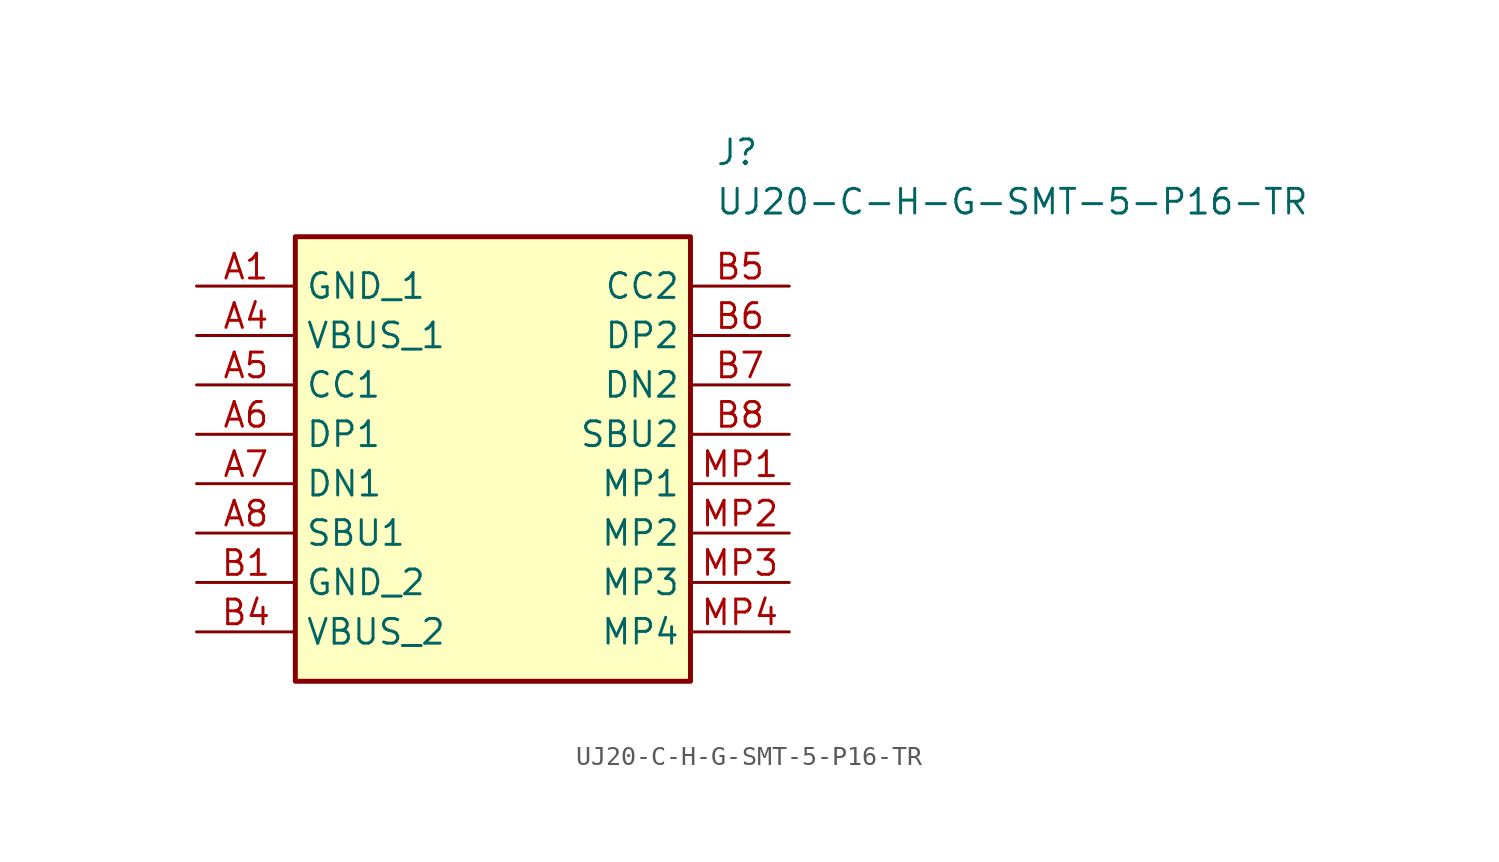
<source format=kicad_sym>
(kicad_symbol_lib
  (version 20211014)
  (generator SamacSys_ECAD_Model)
  (symbol "UJ20-C-H-G-SMT-5-P16-TR"
    (property "Reference" "J"
      (at 26.67 7.62 0)
      (effects (font (size 1.27 1.27)) (justify left top)))
    (property "Value" "UJ20-C-H-G-SMT-5-P16-TR"
      (at 26.67 5.08 0)
      (effects (font (size 1.27 1.27)) (justify left top)))
    (rectangle
      (start 5.08 2.54)
      (end 25.4 -20.32)
      (stroke (width 0.254) (type default))
      (fill (type background)))
    (pin passive line
      (at 0 0 0)
      (length 5.08)
      (name "GND_1" (effects (font (size 1.27 1.27))))
      (number "A1" (effects (font (size 1.27 1.27)))))
    (pin passive line
      (at 0 -2.54 0)
      (length 5.08)
      (name "VBUS_1" (effects (font (size 1.27 1.27))))
      (number "A4" (effects (font (size 1.27 1.27)))))
    (pin passive line
      (at 0 -5.08 0)
      (length 5.08)
      (name "CC1" (effects (font (size 1.27 1.27))))
      (number "A5" (effects (font (size 1.27 1.27)))))
    (pin passive line
      (at 0 -7.62 0)
      (length 5.08)
      (name "DP1" (effects (font (size 1.27 1.27))))
      (number "A6" (effects (font (size 1.27 1.27)))))
    (pin passive line
      (at 0 -10.16 0)
      (length 5.08)
      (name "DN1" (effects (font (size 1.27 1.27))))
      (number "A7" (effects (font (size 1.27 1.27)))))
    (pin passive line
      (at 0 -12.7 0)
      (length 5.08)
      (name "SBU1" (effects (font (size 1.27 1.27))))
      (number "A8" (effects (font (size 1.27 1.27)))))
    (pin passive line
      (at 0 -15.24 0)
      (length 5.08)
      (name "GND_2" (effects (font (size 1.27 1.27))))
      (number "B1" (effects (font (size 1.27 1.27)))))
    (pin passive line
      (at 0 -17.78 0)
      (length 5.08)
      (name "VBUS_2" (effects (font (size 1.27 1.27))))
      (number "B4" (effects (font (size 1.27 1.27)))))
    (pin passive line
      (at 30.48 0 180)
      (length 5.08)
      (name "CC2" (effects (font (size 1.27 1.27))))
      (number "B5" (effects (font (size 1.27 1.27)))))
    (pin passive line
      (at 30.48 -2.54 180)
      (length 5.08)
      (name "DP2" (effects (font (size 1.27 1.27))))
      (number "B6" (effects (font (size 1.27 1.27)))))
    (pin passive line
      (at 30.48 -5.08 180)
      (length 5.08)
      (name "DN2" (effects (font (size 1.27 1.27))))
      (number "B7" (effects (font (size 1.27 1.27)))))
    (pin passive line
      (at 30.48 -7.62 180)
      (length 5.08)
      (name "SBU2" (effects (font (size 1.27 1.27))))
      (number "B8" (effects (font (size 1.27 1.27)))))
    (pin passive line
      (at 30.48 -10.16 180)
      (length 5.08)
      (name "MP1" (effects (font (size 1.27 1.27))))
      (number "MP1" (effects (font (size 1.27 1.27)))))
    (pin passive line
      (at 30.48 -12.7 180)
      (length 5.08)
      (name "MP2" (effects (font (size 1.27 1.27))))
      (number "MP2" (effects (font (size 1.27 1.27)))))
    (pin passive line
      (at 30.48 -15.24 180)
      (length 5.08)
      (name "MP3" (effects (font (size 1.27 1.27))))
      (number "MP3" (effects (font (size 1.27 1.27)))))
    (pin passive line
      (at 30.48 -17.78 180)
      (length 5.08)
      (name "MP4" (effects (font (size 1.27 1.27))))
      (number "MP4" (effects (font (size 1.27 1.27)))))))
</source>
